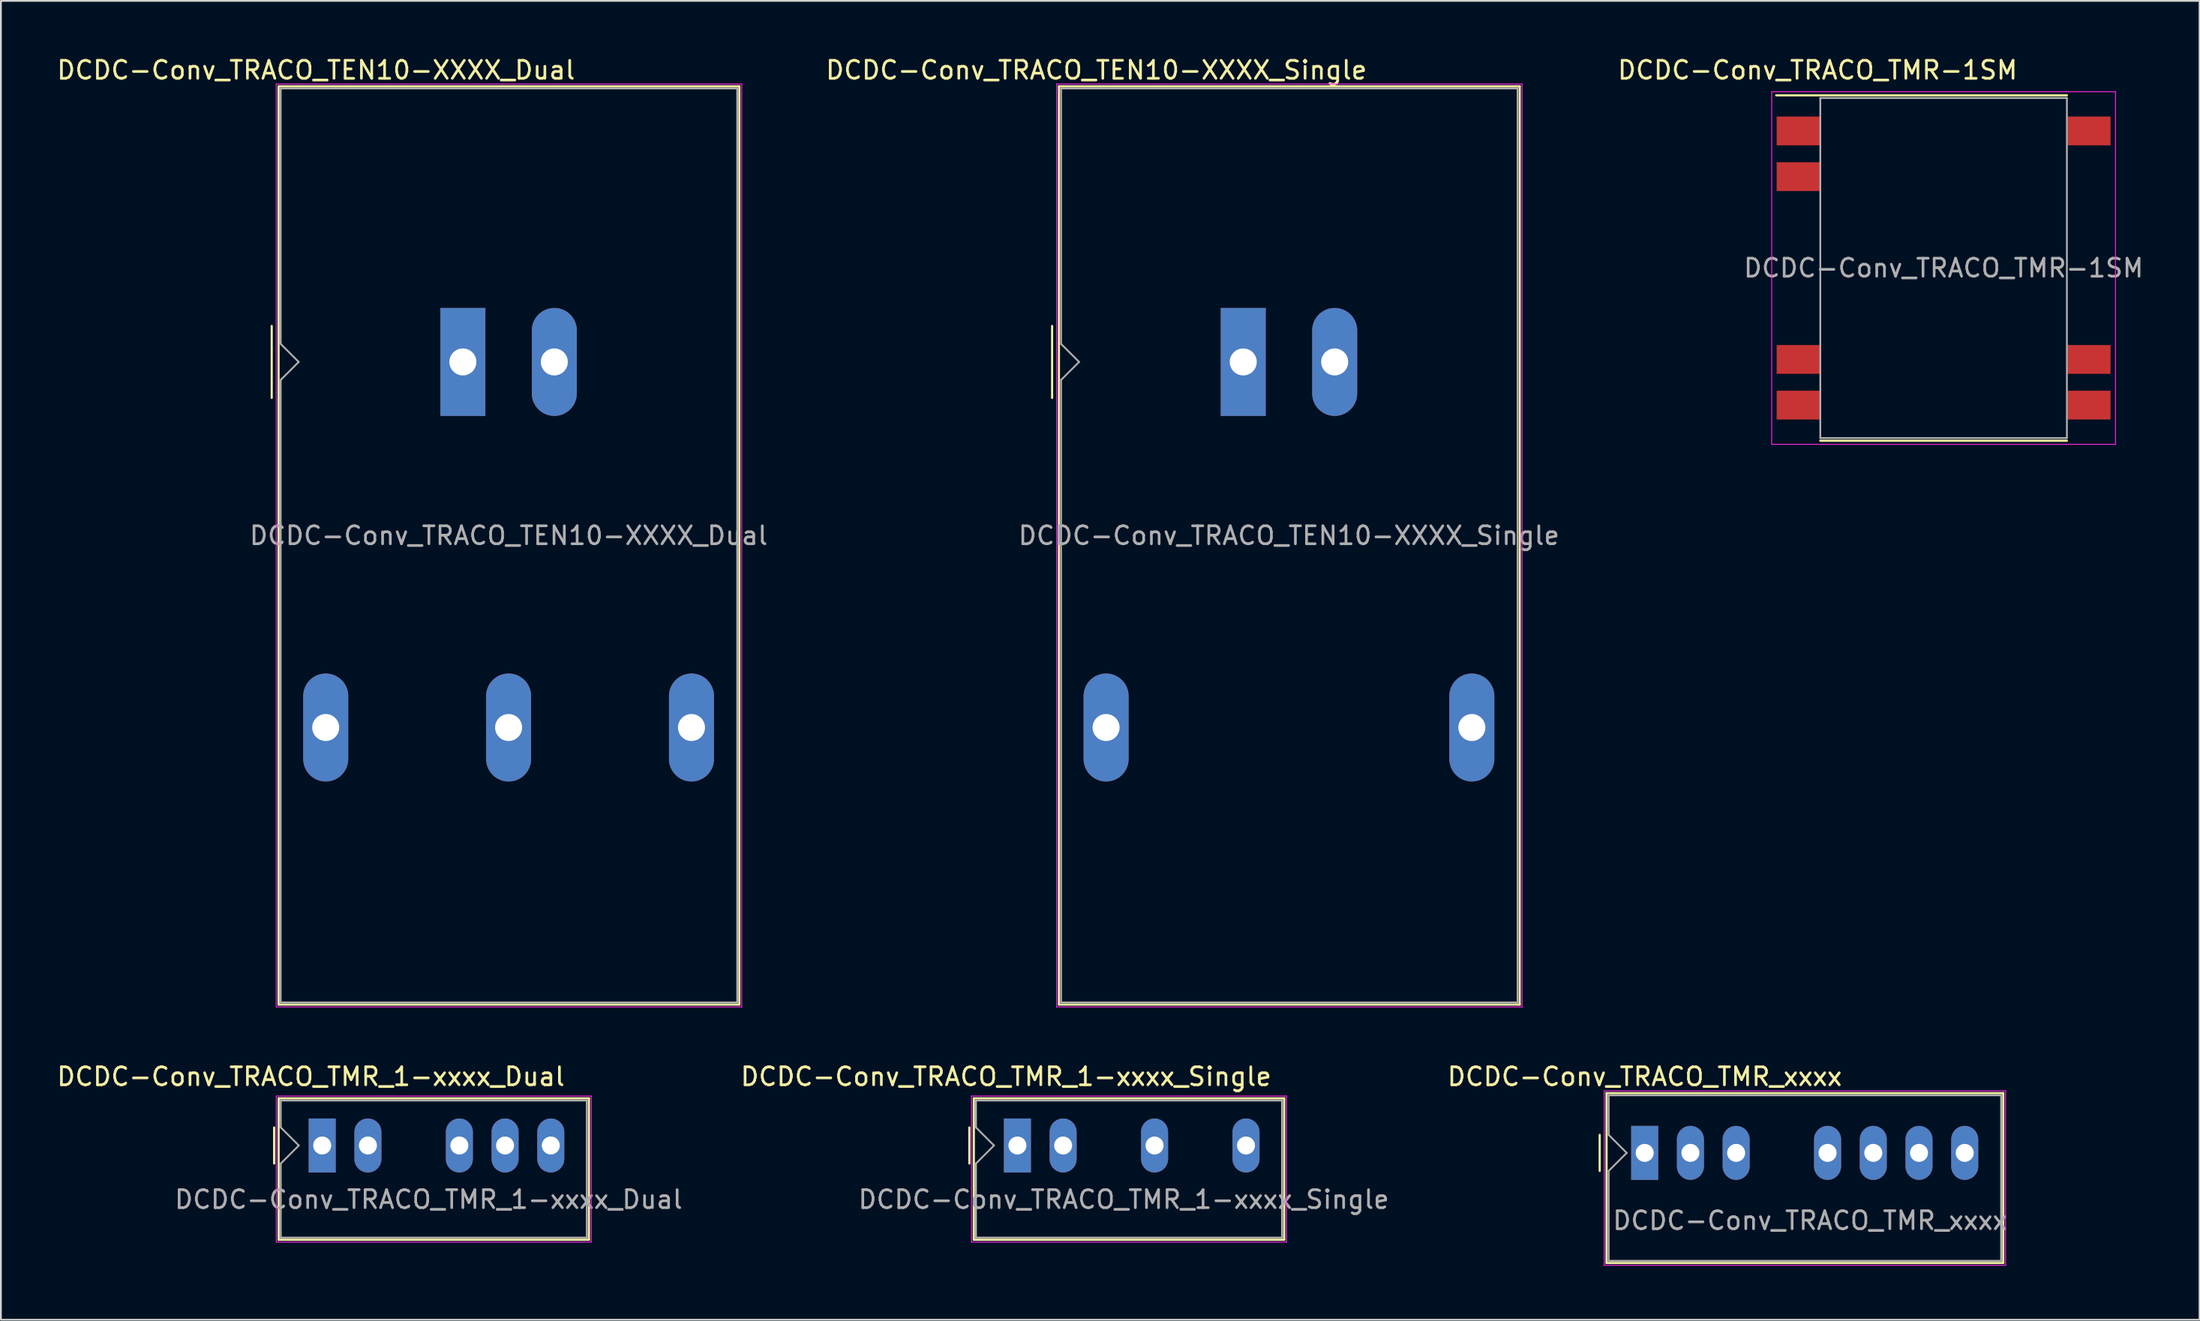
<source format=kicad_pcb>
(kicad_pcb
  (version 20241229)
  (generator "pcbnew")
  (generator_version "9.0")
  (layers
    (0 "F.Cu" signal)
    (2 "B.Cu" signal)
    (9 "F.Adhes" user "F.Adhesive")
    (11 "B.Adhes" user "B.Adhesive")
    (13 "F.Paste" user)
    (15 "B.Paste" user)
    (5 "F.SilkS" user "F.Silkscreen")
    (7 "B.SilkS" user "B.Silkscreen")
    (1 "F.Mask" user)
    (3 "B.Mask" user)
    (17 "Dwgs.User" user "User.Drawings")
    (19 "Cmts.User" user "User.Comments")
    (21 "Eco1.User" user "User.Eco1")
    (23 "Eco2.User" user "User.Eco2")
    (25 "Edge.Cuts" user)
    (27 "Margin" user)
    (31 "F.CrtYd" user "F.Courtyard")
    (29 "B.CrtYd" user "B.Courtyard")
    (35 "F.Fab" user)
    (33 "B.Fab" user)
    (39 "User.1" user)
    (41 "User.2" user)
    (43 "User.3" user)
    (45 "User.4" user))
  (footprint "DCDC-Conv_TRACO_TMR_xxxx"
    (layer "F.Cu")
    (at 88.324 61.032)
    (property "Reference" "DCDC-Conv_TRACO_TMR_xxxx" (at 0 -4.24 0) (layer "F.SilkS") (effects (font (size 1 1) (thickness 0.15))))
    (attr through_hole)
    (fp_line (start -2.5 -1) (end -2.5 1) (stroke (width 0.12) (type solid)) (layer "F.SilkS"))
    (fp_line (start -2.12 -3.32) (end 19.92 -3.32) (stroke (width 0.12) (type solid)) (layer "F.SilkS"))
    (fp_line (start -2.12 6.12) (end -2.12 -3.32) (stroke (width 0.12) (type solid)) (layer "F.SilkS"))
    (fp_line (start 19.92 -3.32) (end 19.92 6.12) (stroke (width 0.12) (type solid)) (layer "F.SilkS"))
    (fp_line (start 19.92 6.12) (end -2.12 6.12) (stroke (width 0.12) (type solid)) (layer "F.SilkS"))
    (fp_line (start -2.25 -3.45) (end -2.25 6.25) (stroke (width 0.05) (type solid)) (layer "F.CrtYd"))
    (fp_line (start -2.25 -3.45) (end 20.05 -3.45) (stroke (width 0.05) (type solid)) (layer "F.CrtYd"))
    (fp_line (start -2.25 6.25) (end 20.05 6.25) (stroke (width 0.05) (type solid)) (layer "F.CrtYd"))
    (fp_line (start 20.05 -3.45) (end 20.05 6.25) (stroke (width 0.05) (type solid)) (layer "F.CrtYd"))
    (fp_line (start -2 -3.2) (end -2 -1) (stroke (width 0.1) (type solid)) (layer "F.Fab"))
    (fp_line (start -2 -1) (end -1 0) (stroke (width 0.1) (type solid)) (layer "F.Fab"))
    (fp_line (start -2 1) (end -2 6) (stroke (width 0.1) (type solid)) (layer "F.Fab"))
    (fp_line (start -2 1) (end -1 0) (stroke (width 0.1) (type solid)) (layer "F.Fab"))
    (fp_line (start 19.8 -3.2) (end -2 -3.2) (stroke (width 0.1) (type solid)) (layer "F.Fab"))
    (fp_line (start 19.8 -3.2) (end 19.8 6) (stroke (width 0.1) (type solid)) (layer "F.Fab"))
    (fp_line (start 19.8 6) (end -2 6) (stroke (width 0.1) (type solid)) (layer "F.Fab"))
    (fp_text user "${REFERENCE}" (at 9.19 3.76 0) (layer "F.Fab") (effects (font (size 1 1) (thickness 0.15))))
    (pad "1" thru_hole rect (at 0 0) (size 1.5 3) (drill 1) (layers "*.Cu" "*.Mask"))
    (pad "2" thru_hole oval (at 2.54 0) (size 1.5 3) (drill 1) (layers "*.Cu" "*.Mask"))
    (pad "3" thru_hole oval (at 5.08 0) (size 1.5 3) (drill 1) (layers "*.Cu" "*.Mask"))
    (pad "5" thru_hole oval (at 10.16 0) (size 1.5 3) (drill 1) (layers "*.Cu" "*.Mask"))
    (pad "6" thru_hole oval (at 12.7 0) (size 1.5 3) (drill 1) (layers "*.Cu" "*.Mask"))
    (pad "7" thru_hole oval (at 15.24 0) (size 1.5 3) (drill 1) (layers "*.Cu" "*.Mask"))
    (pad "8" thru_hole oval (at 17.78 0) (size 1.5 3) (drill 1) (layers "*.Cu" "*.Mask")))
  (footprint "DCDC-Conv_TRACO_TMR_1-xxxx_Single"
    (layer "F.Cu")
    (at 53.474 60.621)
    (property "Reference" "DCDC-Conv_TRACO_TMR_1-xxxx_Single" (at -0.63 -3.83 0) (layer "F.SilkS") (effects (font (size 1 1) (thickness 0.15))))
    (attr through_hole)
    (fp_line (start -2.67 -1) (end -2.67 1) (stroke (width 0.12) (type solid)) (layer "F.SilkS"))
    (fp_line (start -2.42 -2.62) (end 14.82 -2.62) (stroke (width 0.12) (type solid)) (layer "F.SilkS"))
    (fp_line (start -2.42 5.24) (end -2.42 -2.62) (stroke (width 0.12) (type solid)) (layer "F.SilkS"))
    (fp_line (start 14.82 -2.62) (end 14.82 5.24) (stroke (width 0.12) (type solid)) (layer "F.SilkS"))
    (fp_line (start 14.82 5.24) (end -2.42 5.24) (stroke (width 0.12) (type solid)) (layer "F.SilkS"))
    (fp_line (start -2.55 -2.75) (end -2.55 5.37) (stroke (width 0.05) (type solid)) (layer "F.CrtYd"))
    (fp_line (start -2.55 -2.75) (end 14.95 -2.75) (stroke (width 0.05) (type solid)) (layer "F.CrtYd"))
    (fp_line (start -2.55 5.37) (end 14.95 5.37) (stroke (width 0.05) (type solid)) (layer "F.CrtYd"))
    (fp_line (start 14.95 -2.75) (end 14.95 5.37) (stroke (width 0.05) (type solid)) (layer "F.CrtYd"))
    (fp_line (start -2.3 -1) (end -2.3 -2.5) (stroke (width 0.1) (type solid)) (layer "F.Fab"))
    (fp_line (start -2.3 -1) (end -1.3 0) (stroke (width 0.1) (type solid)) (layer "F.Fab"))
    (fp_line (start -2.3 1) (end -2.3 5.12) (stroke (width 0.1) (type solid)) (layer "F.Fab"))
    (fp_line (start -1.3 0) (end -2.3 1) (stroke (width 0.1) (type solid)) (layer "F.Fab"))
    (fp_line (start 14.7 -2.5) (end -2.3 -2.5) (stroke (width 0.1) (type solid)) (layer "F.Fab"))
    (fp_line (start 14.7 -2.5) (end 14.7 5.12) (stroke (width 0.1) (type solid)) (layer "F.Fab"))
    (fp_line (start 14.7 5.12) (end -2.3 5.12) (stroke (width 0.1) (type solid)) (layer "F.Fab"))
    (fp_text user "${REFERENCE}" (at 5.91 3 0) (layer "F.Fab") (effects (font (size 1 1) (thickness 0.15))))
    (pad "1" thru_hole rect (at 0 0) (size 1.5 3) (drill 1) (layers "*.Cu" "*.Mask"))
    (pad "2" thru_hole oval (at 2.54 0) (size 1.5 3) (drill 1) (layers "*.Cu" "*.Mask"))
    (pad "4" thru_hole oval (at 7.62 0) (size 1.5 3) (drill 1) (layers "*.Cu" "*.Mask"))
    (pad "6" thru_hole oval (at 12.7 0) (size 1.5 3) (drill 1) (layers "*.Cu" "*.Mask")))
  (footprint "DCDC-Conv_TRACO_TEN10-XXXX_Dual"
    (layer "F.Cu")
    (at 22.666 17.068)
    (property "Reference" "DCDC-Conv_TRACO_TEN10-XXXX_Dual" (at -8.16 -16.22 180) (layer "F.SilkS") (effects (font (size 1 1) (thickness 0.15))))
    (attr through_hole)
    (fp_line (start -10.62 -2) (end -10.62 2) (stroke (width 0.12) (type solid)) (layer "F.SilkS"))
    (fp_line (start -10.24 -15.32) (end 15.36 -15.32) (stroke (width 0.12) (type solid)) (layer "F.SilkS"))
    (fp_line (start -10.24 35.72) (end -10.24 -15.32) (stroke (width 0.12) (type solid)) (layer "F.SilkS"))
    (fp_line (start 15.36 -15.32) (end 15.36 35.72) (stroke (width 0.12) (type solid)) (layer "F.SilkS"))
    (fp_line (start 15.36 35.72) (end -10.24 35.72) (stroke (width 0.12) (type solid)) (layer "F.SilkS"))
    (fp_line (start -10.37 -15.45) (end 15.49 -15.45) (stroke (width 0.05) (type solid)) (layer "F.CrtYd"))
    (fp_line (start -10.37 35.85) (end -10.37 -15.45) (stroke (width 0.05) (type solid)) (layer "F.CrtYd"))
    (fp_line (start -10.37 35.85) (end 15.49 35.85) (stroke (width 0.05) (type solid)) (layer "F.CrtYd"))
    (fp_line (start 15.49 35.85) (end 15.49 -15.45) (stroke (width 0.05) (type solid)) (layer "F.CrtYd"))
    (fp_line (start -10.12 -1) (end -10.12 -15.2) (stroke (width 0.1) (type solid)) (layer "F.Fab"))
    (fp_line (start -10.12 1) (end -10.12 35.6) (stroke (width 0.1) (type solid)) (layer "F.Fab"))
    (fp_line (start -10.12 1) (end -9.12 0) (stroke (width 0.1) (type solid)) (layer "F.Fab"))
    (fp_line (start -10.12 35.6) (end 15.24 35.6) (stroke (width 0.1) (type solid)) (layer "F.Fab"))
    (fp_line (start -9.12 0) (end -10.12 -1) (stroke (width 0.1) (type solid)) (layer "F.Fab"))
    (fp_line (start 15.24 -15.2) (end -10.12 -15.2) (stroke (width 0.1) (type solid)) (layer "F.Fab"))
    (fp_line (start 15.24 35.6) (end 15.24 -15.2) (stroke (width 0.1) (type solid)) (layer "F.Fab"))
    (fp_text user "${REFERENCE}" (at 2.54 9.652 0) (layer "F.Fab") (effects (font (size 1 1) (thickness 0.15))))
    (pad "1" thru_hole rect (at 0 0 90) (size 6 2.5) (drill 1.5) (layers "*.Cu" "*.Mask"))
    (pad "2" thru_hole oval (at 5.08 0 90) (size 6 2.5) (drill 1.5) (layers "*.Cu" "*.Mask"))
    (pad "3" thru_hole oval (at -7.62 20.32 90) (size 6 2.5) (drill 1.5) (layers "*.Cu" "*.Mask"))
    (pad "4" thru_hole oval (at 2.54 20.32 90) (size 6 2.5) (drill 1.5) (layers "*.Cu" "*.Mask"))
    (pad "5" thru_hole oval (at 12.7 20.32 90) (size 6 2.5) (drill 1.5) (layers "*.Cu" "*.Mask")))
  (footprint "DCDC-Conv_TRACO_TEN10-XXXX_Single"
    (layer "F.Cu")
    (at 66.021 17.068)
    (property "Reference" "DCDC-Conv_TRACO_TEN10-XXXX_Single" (at -8.16 -16.22 180) (layer "F.SilkS") (effects (font (size 1 1) (thickness 0.15))))
    (attr through_hole)
    (fp_line (start -10.62 -2) (end -10.62 2) (stroke (width 0.12) (type solid)) (layer "F.SilkS"))
    (fp_line (start -10.24 -15.32) (end 15.36 -15.32) (stroke (width 0.12) (type solid)) (layer "F.SilkS"))
    (fp_line (start -10.24 35.72) (end -10.24 -15.32) (stroke (width 0.12) (type solid)) (layer "F.SilkS"))
    (fp_line (start 15.36 -15.32) (end 15.36 35.72) (stroke (width 0.12) (type solid)) (layer "F.SilkS"))
    (fp_line (start 15.36 35.72) (end -10.24 35.72) (stroke (width 0.12) (type solid)) (layer "F.SilkS"))
    (fp_line (start -10.37 -15.45) (end 15.49 -15.45) (stroke (width 0.05) (type solid)) (layer "F.CrtYd"))
    (fp_line (start -10.37 35.85) (end -10.37 -15.45) (stroke (width 0.05) (type solid)) (layer "F.CrtYd"))
    (fp_line (start -10.37 35.85) (end 15.49 35.85) (stroke (width 0.05) (type solid)) (layer "F.CrtYd"))
    (fp_line (start 15.49 35.85) (end 15.49 -15.45) (stroke (width 0.05) (type solid)) (layer "F.CrtYd"))
    (fp_line (start -10.12 -1) (end -10.12 -15.2) (stroke (width 0.1) (type solid)) (layer "F.Fab"))
    (fp_line (start -10.12 1) (end -10.12 35.6) (stroke (width 0.1) (type solid)) (layer "F.Fab"))
    (fp_line (start -10.12 1) (end -9.12 0) (stroke (width 0.1) (type solid)) (layer "F.Fab"))
    (fp_line (start -10.12 35.6) (end 15.24 35.6) (stroke (width 0.1) (type solid)) (layer "F.Fab"))
    (fp_line (start -9.12 0) (end -10.12 -1) (stroke (width 0.1) (type solid)) (layer "F.Fab"))
    (fp_line (start 15.24 -15.2) (end -10.12 -15.2) (stroke (width 0.1) (type solid)) (layer "F.Fab"))
    (fp_line (start 15.24 35.6) (end 15.24 -15.2) (stroke (width 0.1) (type solid)) (layer "F.Fab"))
    (fp_text user "${REFERENCE}" (at 2.54 9.652 0) (layer "F.Fab") (effects (font (size 1 1) (thickness 0.15))))
    (pad "1" thru_hole rect (at 0 0 90) (size 6 2.5) (drill 1.5) (layers "*.Cu" "*.Mask"))
    (pad "2" thru_hole oval (at 5.08 0 90) (size 6 2.5) (drill 1.5) (layers "*.Cu" "*.Mask"))
    (pad "3" thru_hole oval (at -7.62 20.32 90) (size 6 2.5) (drill 1.5) (layers "*.Cu" "*.Mask"))
    (pad "5" thru_hole oval (at 12.7 20.32 90) (size 6 2.5) (drill 1.5) (layers "*.Cu" "*.Mask")))
  (footprint "DCDC-Conv_TRACO_TMR_1-xxxx_Dual"
    (layer "F.Cu")
    (at 14.85 60.621)
    (property "Reference" "DCDC-Conv_TRACO_TMR_1-xxxx_Dual" (at -0.63 -3.83 0) (layer "F.SilkS") (effects (font (size 1 1) (thickness 0.15))))
    (attr through_hole)
    (fp_line (start -2.67 -1) (end -2.67 1) (stroke (width 0.12) (type solid)) (layer "F.SilkS"))
    (fp_line (start -2.42 -2.62) (end 14.82 -2.62) (stroke (width 0.12) (type solid)) (layer "F.SilkS"))
    (fp_line (start -2.42 5.24) (end -2.42 -2.62) (stroke (width 0.12) (type solid)) (layer "F.SilkS"))
    (fp_line (start 14.82 -2.62) (end 14.82 5.24) (stroke (width 0.12) (type solid)) (layer "F.SilkS"))
    (fp_line (start 14.82 5.24) (end -2.42 5.24) (stroke (width 0.12) (type solid)) (layer "F.SilkS"))
    (fp_line (start -2.55 -2.75) (end -2.55 5.37) (stroke (width 0.05) (type solid)) (layer "F.CrtYd"))
    (fp_line (start -2.55 -2.75) (end 14.95 -2.75) (stroke (width 0.05) (type solid)) (layer "F.CrtYd"))
    (fp_line (start -2.55 5.37) (end 14.95 5.37) (stroke (width 0.05) (type solid)) (layer "F.CrtYd"))
    (fp_line (start 14.95 -2.75) (end 14.95 5.37) (stroke (width 0.05) (type solid)) (layer "F.CrtYd"))
    (fp_line (start -2.3 -1) (end -2.3 -2.5) (stroke (width 0.1) (type solid)) (layer "F.Fab"))
    (fp_line (start -2.3 -1) (end -1.3 0) (stroke (width 0.1) (type solid)) (layer "F.Fab"))
    (fp_line (start -2.3 1) (end -2.3 5.12) (stroke (width 0.1) (type solid)) (layer "F.Fab"))
    (fp_line (start -1.3 0) (end -2.3 1) (stroke (width 0.1) (type solid)) (layer "F.Fab"))
    (fp_line (start 14.7 -2.5) (end -2.3 -2.5) (stroke (width 0.1) (type solid)) (layer "F.Fab"))
    (fp_line (start 14.7 -2.5) (end 14.7 5.12) (stroke (width 0.1) (type solid)) (layer "F.Fab"))
    (fp_line (start 14.7 5.12) (end -2.3 5.12) (stroke (width 0.1) (type solid)) (layer "F.Fab"))
    (fp_text user "${REFERENCE}" (at 5.91 3 0) (layer "F.Fab") (effects (font (size 1 1) (thickness 0.15))))
    (pad "1" thru_hole rect (at 0 0) (size 1.5 3) (drill 1) (layers "*.Cu" "*.Mask"))
    (pad "2" thru_hole oval (at 2.54 0) (size 1.5 3) (drill 1) (layers "*.Cu" "*.Mask"))
    (pad "4" thru_hole oval (at 7.62 0) (size 1.5 3) (drill 1) (layers "*.Cu" "*.Mask"))
    (pad "5" thru_hole oval (at 10.16 0) (size 1.5 3) (drill 1) (layers "*.Cu" "*.Mask"))
    (pad "6" thru_hole oval (at 12.7 0) (size 1.5 3) (drill 1) (layers "*.Cu" "*.Mask")))
  (footprint "DCDC-Conv_TRACO_TMR-1SM"
    (layer "F.Cu")
    (at 104.93 11.848)
    (property "Reference" "DCDC-Conv_TRACO_TMR-1SM" (at -7 -11 0) (layer "F.SilkS") (effects (font (size 1 1) (thickness 0.15))))
    (attr smd)
    (fp_line (start -9.3 -9.6) (end 6.85 -9.6) (stroke (width 0.12) (type solid)) (layer "F.SilkS"))
    (fp_line (start -6.85 9.6) (end 6.85 9.6) (stroke (width 0.12) (type solid)) (layer "F.SilkS"))
    (fp_line (start -9.55 -9.8) (end -9.55 9.8) (stroke (width 0.05) (type solid)) (layer "F.CrtYd"))
    (fp_line (start -9.55 -9.8) (end 9.55 -9.8) (stroke (width 0.05) (type solid)) (layer "F.CrtYd"))
    (fp_line (start -9.55 9.8) (end 9.55 9.8) (stroke (width 0.05) (type solid)) (layer "F.CrtYd"))
    (fp_line (start 9.55 -9.8) (end 9.55 9.8) (stroke (width 0.05) (type solid)) (layer "F.CrtYd"))
    (fp_line (start -6.85 -9.45) (end -6.85 9.45) (stroke (width 0.1) (type solid)) (layer "F.Fab"))
    (fp_line (start 6.85 -9.45) (end -6.85 -9.45) (stroke (width 0.1) (type solid)) (layer "F.Fab"))
    (fp_line (start 6.85 -9.45) (end 6.85 9.45) (stroke (width 0.1) (type solid)) (layer "F.Fab"))
    (fp_line (start 6.85 9.45) (end -6.85 9.45) (stroke (width 0.1) (type solid)) (layer "F.Fab"))
    (fp_text user "${REFERENCE}" (at 0 0 180) (layer "F.Fab") (effects (font (size 1 1) (thickness 0.15))))
    (pad "1" smd rect (at -8.075 -7.62) (size 2.4 1.6) (layers "F.Cu" "F.Mask" "F.Paste"))
    (pad "2" smd rect (at -8.075 -5.08) (size 2.4 1.6) (layers "F.Cu" "F.Mask" "F.Paste"))
    (pad "6" smd rect (at -8.075 5.08) (size 2.4 1.6) (layers "F.Cu" "F.Mask" "F.Paste"))
    (pad "7" smd rect (at -8.075 7.62) (size 2.4 1.6) (layers "F.Cu" "F.Mask" "F.Paste"))
    (pad "8" smd rect (at 8.075 7.62) (size 2.4 1.6) (layers "F.Cu" "F.Mask" "F.Paste"))
    (pad "9" smd rect (at 8.075 5.08) (size 2.4 1.6) (layers "F.Cu" "F.Mask" "F.Paste"))
    (pad "14" smd rect (at 8.075 -7.62) (size 2.4 1.6) (layers "F.Cu" "F.Mask" "F.Paste")))
  (gr_rect
    (start -3 -3)
    (end 119.15 70.306)
    (stroke (width 0.1) (type default))
    (fill no)
    (layer "Edge.Cuts")))
</source>
